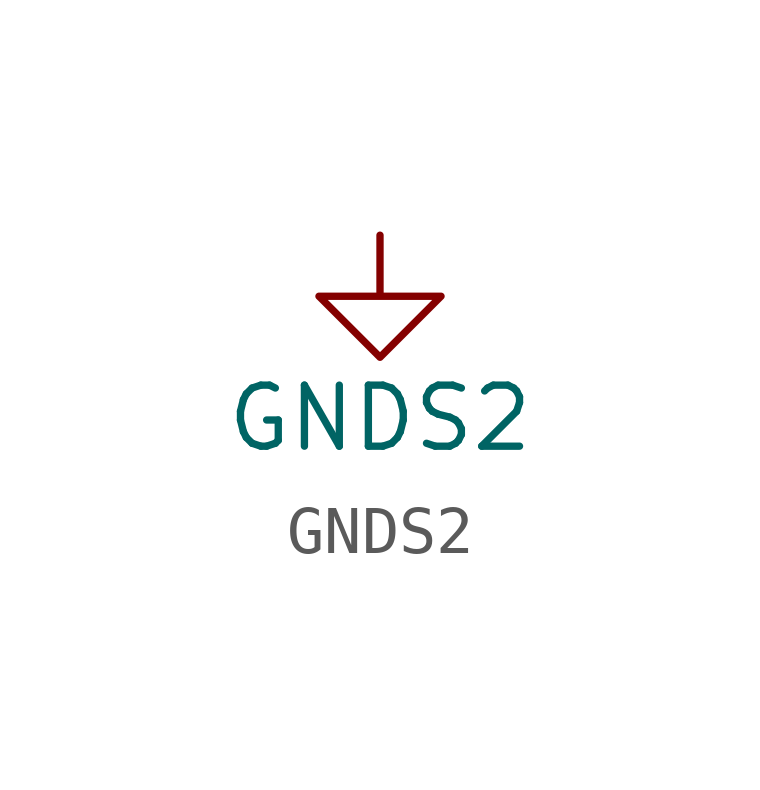
<source format=kicad_sym>
(kicad_symbol_lib
  (version 20220914)
  (generator kicad_symbol_editor)
  (symbol "GNDS2"
    (power)
    (pin_names
      (offset 0))
    (property "Reference" "#PWR"
      (at 0 -6.35 0)
      (effects (font (size 1.27 1.27)) hide))
    (property "Value" "GNDS2"
      (at 0 -3.81 0)
      (effects (font (size 1.27 1.27))))
    (symbol "GNDS2_0_1"
      (polyline (pts (xy 0 0) (xy 0 -1.27) (xy 1.27 -1.27) (xy 0 -2.54) (xy -1.27 -1.27) (xy 0 -1.27)) (stroke (width 0) (type default)) (fill (type none))))
    (symbol "GNDS2_1_1"
      (pin power_in line (at 0 0 270) (length 0) hide (name "GNDS2" (effects (font (size 1.27 1.27)))) (number "1" (effects (font (size 1.27 1.27))))))))
</source>
